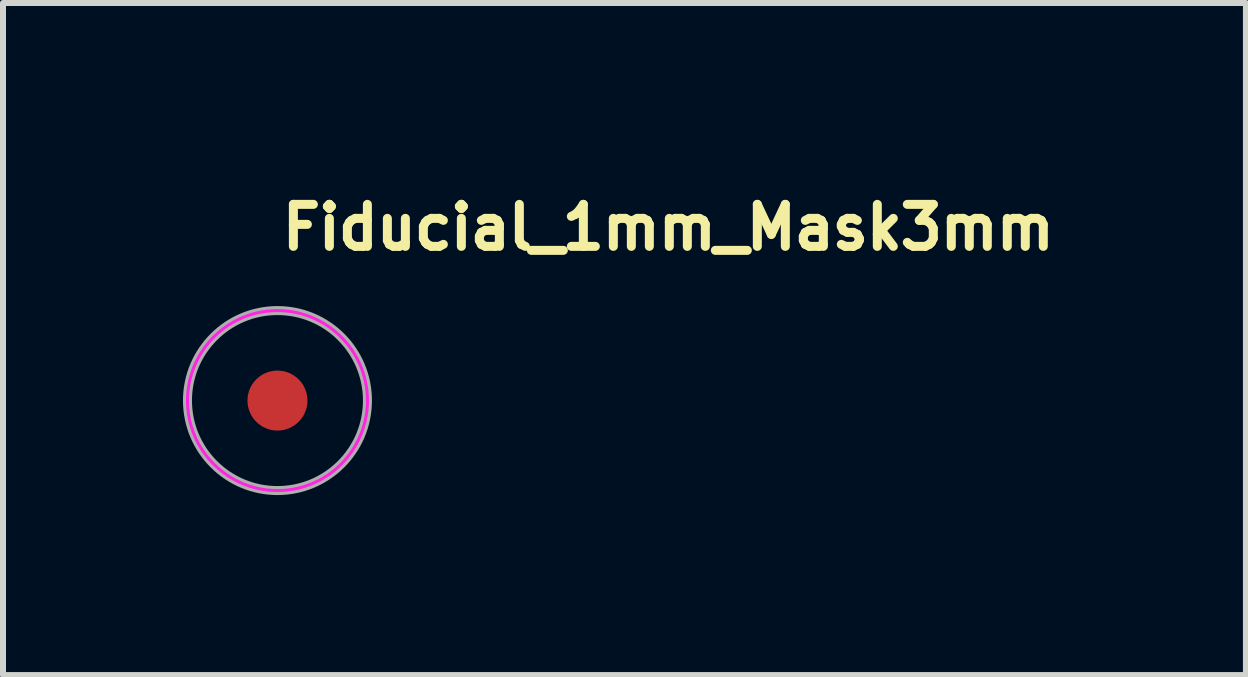
<source format=kicad_pcb>
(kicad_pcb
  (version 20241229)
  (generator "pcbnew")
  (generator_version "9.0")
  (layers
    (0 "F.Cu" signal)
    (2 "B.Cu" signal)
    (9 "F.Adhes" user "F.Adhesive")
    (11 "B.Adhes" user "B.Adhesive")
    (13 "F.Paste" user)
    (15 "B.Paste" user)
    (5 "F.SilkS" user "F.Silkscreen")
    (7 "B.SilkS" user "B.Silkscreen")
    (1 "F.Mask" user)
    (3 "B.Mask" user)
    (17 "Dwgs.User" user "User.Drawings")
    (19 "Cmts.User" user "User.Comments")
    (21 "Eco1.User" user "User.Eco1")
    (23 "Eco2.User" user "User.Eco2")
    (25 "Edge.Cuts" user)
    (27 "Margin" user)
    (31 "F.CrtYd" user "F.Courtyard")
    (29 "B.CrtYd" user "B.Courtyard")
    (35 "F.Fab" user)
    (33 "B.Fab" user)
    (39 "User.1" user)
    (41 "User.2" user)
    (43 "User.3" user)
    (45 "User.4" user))
  (footprint "Fiducial_1mm_Mask3mm"
    (layer "F.Cu")
    (at 1.575 3.627)
    (property "Reference" "Fiducial_1mm_Mask3mm" (at 0 -2.477 0) (layer "F.SilkS") (effects (font (size 0.7 0.7) (thickness 0.15)) (justify left bottom)))
    (attr through_hole)
    (fp_circle (center 0 0) (end 1.5 0) (stroke (width 0.05) (type solid)) (fill no) (layer "F.CrtYd"))
    (fp_circle (center 0 0) (end 1.5 0) (stroke (width 0.15) (type solid)) (fill no) (layer "F.Fab"))
    (pad "" smd circle (at 0 0) (size 1 1) (layers "F.Cu" "F.Mask")))
  (gr_rect
    (start -3 -3)
    (end 17.718 8.202)
    (stroke (width 0.1) (type default))
    (fill no)
    (layer "Edge.Cuts")))
</source>
